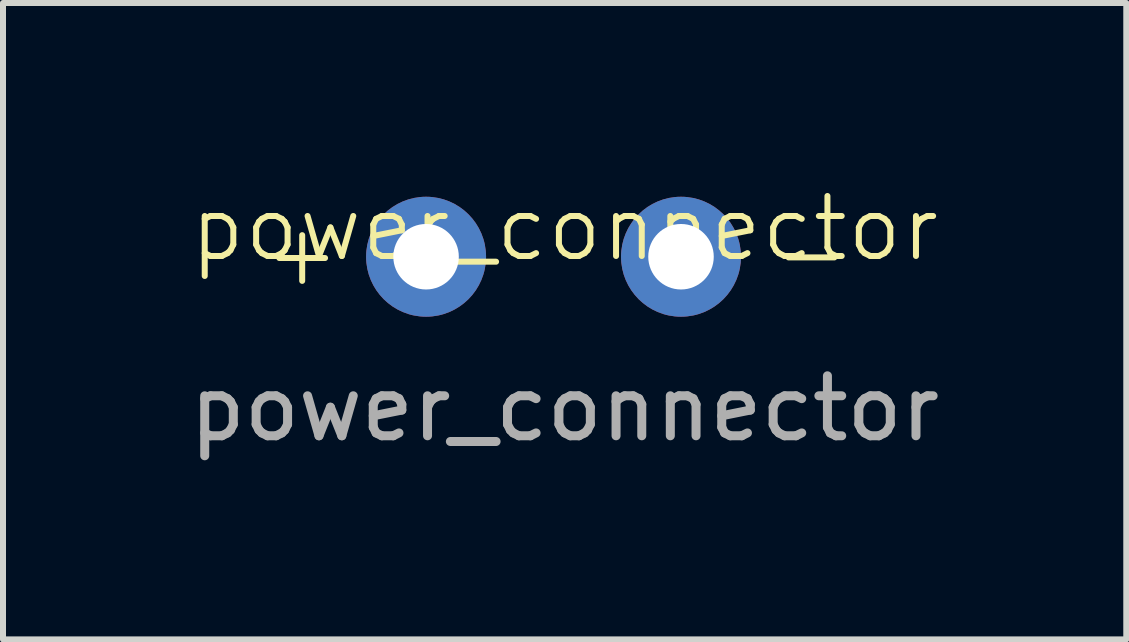
<source format=kicad_pcb>
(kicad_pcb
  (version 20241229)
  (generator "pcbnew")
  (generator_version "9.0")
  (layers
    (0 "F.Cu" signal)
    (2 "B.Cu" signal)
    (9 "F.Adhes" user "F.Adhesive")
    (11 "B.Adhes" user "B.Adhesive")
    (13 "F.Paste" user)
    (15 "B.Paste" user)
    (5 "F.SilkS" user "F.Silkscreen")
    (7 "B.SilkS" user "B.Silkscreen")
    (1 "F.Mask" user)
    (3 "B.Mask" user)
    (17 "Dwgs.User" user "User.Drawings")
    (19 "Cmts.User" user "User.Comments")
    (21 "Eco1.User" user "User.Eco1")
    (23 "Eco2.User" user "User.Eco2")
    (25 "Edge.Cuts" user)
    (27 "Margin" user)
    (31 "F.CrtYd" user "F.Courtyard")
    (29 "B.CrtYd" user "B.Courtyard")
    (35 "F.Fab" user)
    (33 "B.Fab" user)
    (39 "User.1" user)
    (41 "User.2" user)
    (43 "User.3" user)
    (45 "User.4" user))
  (footprint "power_connector"
    (layer "F.Cu")
    (at 6.363 1.26)
    (property "Reference" "power_connector" (at 0 -0.5 0) (unlocked yes) (layer "F.SilkS") (effects (font (size 1 1) (thickness 0.1))))
    (attr smd)
    (fp_text user "-" (at 3.43 0.49 0) (unlocked yes) (layer "F.SilkS") (effects (font (size 1 1) (thickness 0.1)) (justify left bottom)))
    (fp_text user "+" (at -5.06 0.5 0) (unlocked yes) (layer "F.SilkS") (effects (font (size 1 1) (thickness 0.1)) (justify left bottom)))
    (fp_text user "${REFERENCE}" (at 0 2.5 0) (unlocked yes) (layer "F.Fab") (effects (font (size 1 1) (thickness 0.15))))
    (pad "1" thru_hole circle (at -2.31 -0.03) (size 2 2) (drill 1.092) (layers "*.Cu" "*.Mask"))
    (pad "2" thru_hole circle (at 1.94 -0.03) (size 2 2) (drill 1.092) (layers "*.Cu" "*.Mask")))
  (gr_rect
    (start -3 -3)
    (end 15.726 7.609)
    (stroke (width 0.1) (type default))
    (fill no)
    (layer "Edge.Cuts")))
</source>
